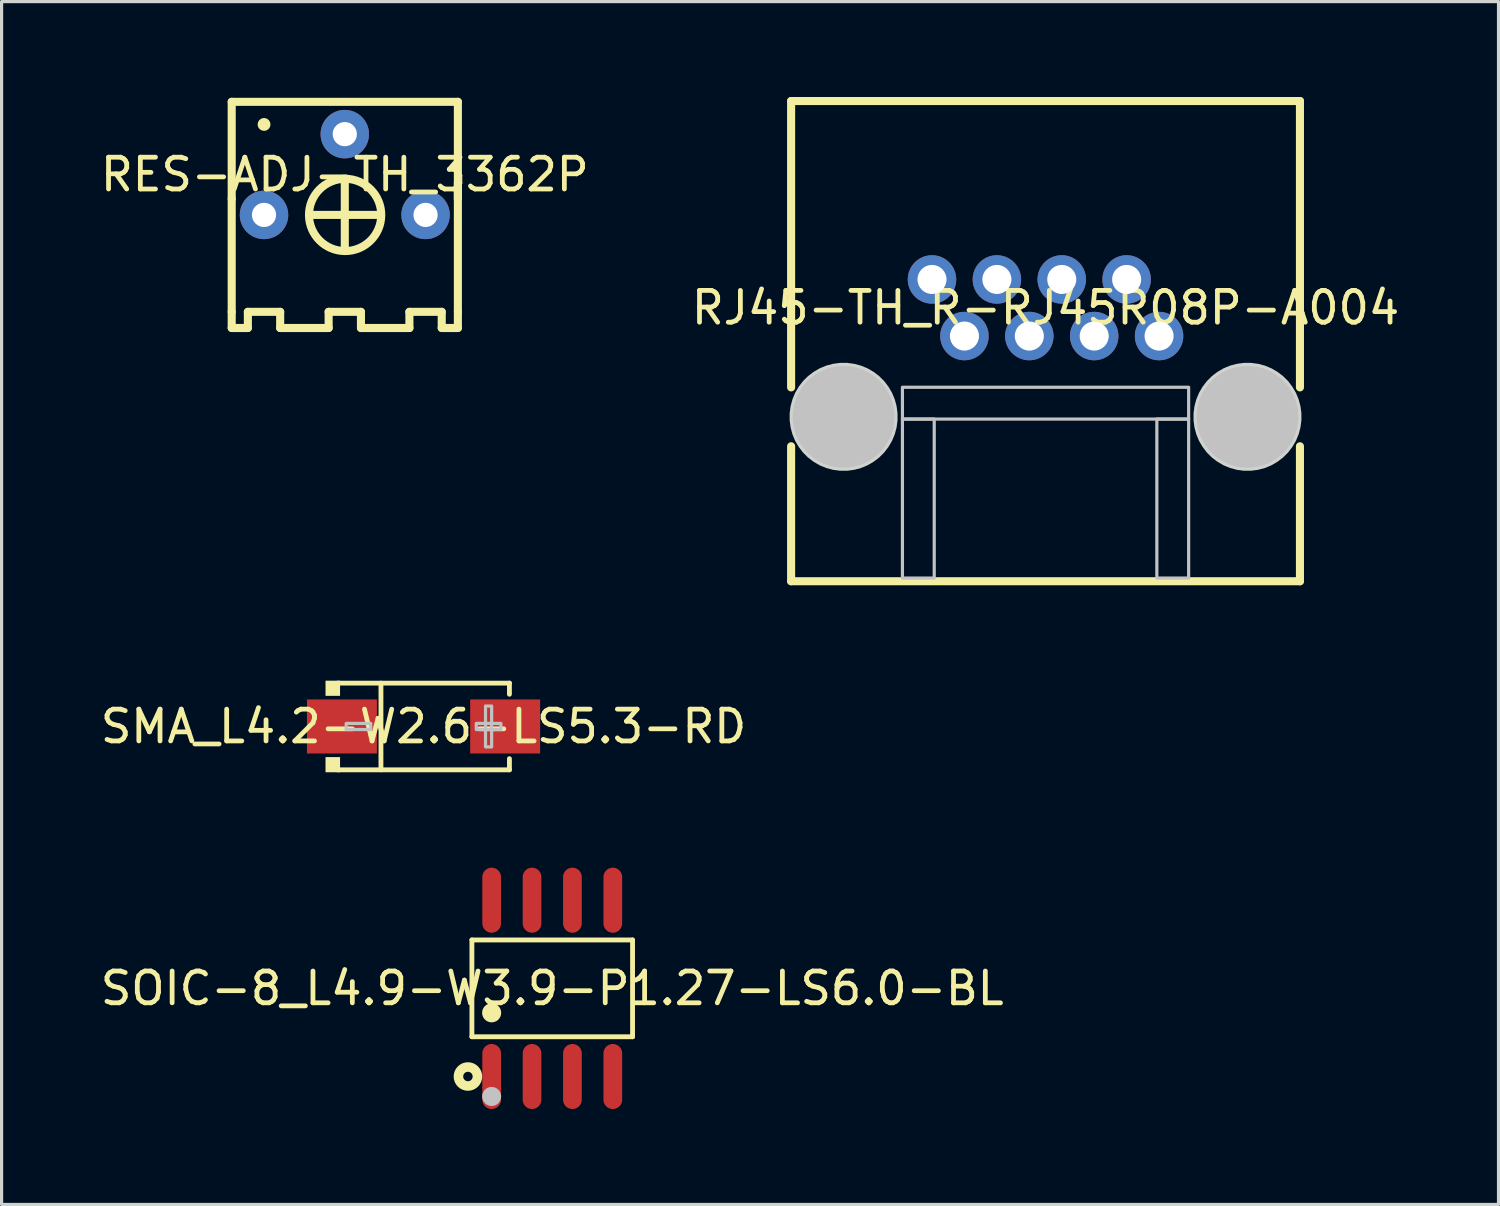
<source format=kicad_pcb>
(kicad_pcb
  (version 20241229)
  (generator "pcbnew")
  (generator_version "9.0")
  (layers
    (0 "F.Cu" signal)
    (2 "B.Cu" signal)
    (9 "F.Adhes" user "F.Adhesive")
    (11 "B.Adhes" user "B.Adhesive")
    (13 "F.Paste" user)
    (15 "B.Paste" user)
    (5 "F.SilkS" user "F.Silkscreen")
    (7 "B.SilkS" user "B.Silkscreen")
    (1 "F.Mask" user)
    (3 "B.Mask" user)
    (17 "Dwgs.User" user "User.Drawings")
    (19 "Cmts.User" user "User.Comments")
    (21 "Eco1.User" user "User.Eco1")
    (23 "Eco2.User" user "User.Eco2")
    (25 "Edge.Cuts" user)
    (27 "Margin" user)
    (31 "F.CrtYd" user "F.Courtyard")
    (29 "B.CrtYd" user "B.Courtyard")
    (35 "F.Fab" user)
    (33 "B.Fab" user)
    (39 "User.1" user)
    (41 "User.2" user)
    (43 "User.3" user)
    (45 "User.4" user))
  (footprint "RJ45-TH_R-RJ45R08P-A004"
    (layer "F.Cu")
    (at 29.827 6.627)
    (property "Reference" "RJ45-TH_R-RJ45R08P-A004" (at 0 0 0) (layer "F.SilkS") (effects (font (size 1 1) (thickness 0.15))))
    (fp_line (start -8 -6.5) (end 8 -6.5) (stroke (width 0.254) (type default)) (layer "F.SilkS"))
    (fp_line (start -8 2.505) (end -8 -6.5) (stroke (width 0.254) (type default)) (layer "F.SilkS"))
    (fp_line (start -8 8.6) (end -8 4.356) (stroke (width 0.254) (type default)) (layer "F.SilkS"))
    (fp_line (start 8 -6.5) (end 8 2.505) (stroke (width 0.254) (type default)) (layer "F.SilkS"))
    (fp_line (start 8 4.356) (end 8 8.6) (stroke (width 0.254) (type default)) (layer "F.SilkS"))
    (fp_line (start 8 8.6) (end -8 8.6) (stroke (width 0.254) (type default)) (layer "F.SilkS"))
    (fp_circle (center -6.35 3.43) (end -5.55 3.43) (stroke (width 1.6) (type default)) (fill no) (layer "Dwgs.User"))
    (fp_circle (center 6.35 3.43) (end 7.15 3.43) (stroke (width 1.6) (type default)) (fill no) (layer "Dwgs.User"))
    (fp_poly (pts (xy -4.5 3.5) (xy -4.5 2.5) (xy 4.5 2.5) (xy 4.5 3.5)) (stroke (width 0.1) (type default)) (fill no) (layer "Dwgs.User"))
    (fp_poly (pts (xy -4.5 8.5) (xy -4.5 3.5) (xy -3.5 3.5) (xy -3.5 8.5)) (stroke (width 0.1) (type default)) (fill no) (layer "Dwgs.User"))
    (fp_poly (pts (xy 4.5 8.5) (xy 4.5 3.5) (xy 3.5 3.5) (xy 3.5 8.5)) (stroke (width 0.1) (type default)) (fill no) (layer "Dwgs.User"))
    (fp_poly (pts (xy -4.654 3.319) (xy -4.683 3.098) (xy -4.74 2.884) (xy -4.825 2.678) (xy -4.937 2.486) (xy -5.072 2.309) (xy -5.229 2.152) (xy -5.406 2.017) (xy -5.598 1.905) (xy -5.804 1.82) (xy -6.018 1.763) (xy -6.239 1.734) (xy -6.461 1.734) (xy -6.682 1.763) (xy -6.896 1.82) (xy -7.102 1.905) (xy -7.294 2.017) (xy -7.471 2.152) (xy -7.628 2.309) (xy -7.763 2.486) (xy -7.875 2.678) (xy -7.96 2.884) (xy -8.017 3.098) (xy -8.046 3.319) (xy -8.046 3.541) (xy -8.017 3.762) (xy -7.96 3.976) (xy -7.875 4.182) (xy -7.763 4.374) (xy -7.628 4.551) (xy -7.471 4.708) (xy -7.294 4.843) (xy -7.102 4.955) (xy -6.896 5.04) (xy -6.682 5.097) (xy -6.461 5.126) (xy -6.239 5.126) (xy -6.018 5.097) (xy -5.804 5.04) (xy -5.598 4.955) (xy -5.406 4.843) (xy -5.229 4.708) (xy -5.072 4.551) (xy -4.937 4.374) (xy -4.825 4.182) (xy -4.74 3.976) (xy -4.683 3.762) (xy -4.654 3.541)) (stroke (width 0) (type default)) (fill yes) (layer "Edge.Cuts"))
    (fp_poly (pts (xy 8.046 3.319) (xy 8.017 3.098) (xy 7.96 2.884) (xy 7.875 2.678) (xy 7.763 2.486) (xy 7.628 2.309) (xy 7.471 2.152) (xy 7.294 2.017) (xy 7.102 1.905) (xy 6.896 1.82) (xy 6.682 1.763) (xy 6.461 1.734) (xy 6.239 1.734) (xy 6.018 1.763) (xy 5.804 1.82) (xy 5.598 1.905) (xy 5.406 2.017) (xy 5.229 2.152) (xy 5.072 2.309) (xy 4.937 2.486) (xy 4.825 2.678) (xy 4.74 2.884) (xy 4.683 3.098) (xy 4.654 3.319) (xy 4.654 3.541) (xy 4.683 3.762) (xy 4.74 3.976) (xy 4.825 4.182) (xy 4.937 4.374) (xy 5.072 4.551) (xy 5.229 4.708) (xy 5.406 4.843) (xy 5.598 4.955) (xy 5.804 5.04) (xy 6.018 5.097) (xy 6.239 5.126) (xy 6.461 5.126) (xy 6.682 5.097) (xy 6.896 5.04) (xy 7.102 4.955) (xy 7.294 4.843) (xy 7.471 4.708) (xy 7.628 4.551) (xy 7.763 4.374) (xy 7.875 4.182) (xy 7.96 3.976) (xy 8.017 3.762) (xy 8.046 3.541)) (stroke (width 0) (type default)) (fill yes) (layer "Edge.Cuts"))
    (fp_poly (pts (xy -3.325 -0.939) (xy -3.362 -1.029) (xy -3.431 -1.098) (xy -3.521 -1.135) (xy -3.619 -1.135) (xy -3.709 -1.098) (xy -3.778 -1.029) (xy -3.815 -0.939) (xy -3.815 -0.841) (xy -3.778 -0.751) (xy -3.709 -0.682) (xy -3.619 -0.645) (xy -3.521 -0.645) (xy -3.431 -0.682) (xy -3.362 -0.751) (xy -3.325 -0.841)) (stroke (width 0.1) (type default)) (fill no) (layer "User.1"))
    (fp_poly (pts (xy -2.305 0.841) (xy -2.342 0.751) (xy -2.411 0.682) (xy -2.501 0.645) (xy -2.599 0.645) (xy -2.689 0.682) (xy -2.758 0.751) (xy -2.795 0.841) (xy -2.795 0.939) (xy -2.758 1.029) (xy -2.689 1.098) (xy -2.599 1.135) (xy -2.501 1.135) (xy -2.411 1.098) (xy -2.342 1.029) (xy -2.305 0.939)) (stroke (width 0.1) (type default)) (fill no) (layer "User.1"))
    (fp_poly (pts (xy -1.285 -0.939) (xy -1.322 -1.029) (xy -1.391 -1.098) (xy -1.481 -1.135) (xy -1.579 -1.135) (xy -1.669 -1.098) (xy -1.738 -1.029) (xy -1.775 -0.939) (xy -1.775 -0.841) (xy -1.738 -0.751) (xy -1.669 -0.682) (xy -1.579 -0.645) (xy -1.481 -0.645) (xy -1.391 -0.682) (xy -1.322 -0.751) (xy -1.285 -0.841)) (stroke (width 0.1) (type default)) (fill no) (layer "User.1"))
    (fp_poly (pts (xy -0.265 0.841) (xy -0.302 0.751) (xy -0.371 0.682) (xy -0.461 0.645) (xy -0.559 0.645) (xy -0.649 0.682) (xy -0.718 0.751) (xy -0.755 0.841) (xy -0.755 0.939) (xy -0.718 1.029) (xy -0.649 1.098) (xy -0.559 1.135) (xy -0.461 1.135) (xy -0.371 1.098) (xy -0.302 1.029) (xy -0.265 0.939)) (stroke (width 0.1) (type default)) (fill no) (layer "User.1"))
    (fp_poly (pts (xy 0.755 -0.939) (xy 0.718 -1.029) (xy 0.649 -1.098) (xy 0.559 -1.135) (xy 0.461 -1.135) (xy 0.371 -1.098) (xy 0.302 -1.029) (xy 0.265 -0.939) (xy 0.265 -0.841) (xy 0.302 -0.751) (xy 0.371 -0.682) (xy 0.461 -0.645) (xy 0.559 -0.645) (xy 0.649 -0.682) (xy 0.718 -0.751) (xy 0.755 -0.841)) (stroke (width 0.1) (type default)) (fill no) (layer "User.1"))
    (fp_poly (pts (xy 1.775 0.841) (xy 1.738 0.751) (xy 1.669 0.682) (xy 1.579 0.645) (xy 1.481 0.645) (xy 1.391 0.682) (xy 1.322 0.751) (xy 1.285 0.841) (xy 1.285 0.939) (xy 1.322 1.029) (xy 1.391 1.098) (xy 1.481 1.135) (xy 1.579 1.135) (xy 1.669 1.098) (xy 1.738 1.029) (xy 1.775 0.939)) (stroke (width 0.1) (type default)) (fill no) (layer "User.1"))
    (fp_poly (pts (xy 2.795 -0.939) (xy 2.758 -1.029) (xy 2.689 -1.098) (xy 2.599 -1.135) (xy 2.501 -1.135) (xy 2.411 -1.098) (xy 2.342 -1.029) (xy 2.305 -0.939) (xy 2.305 -0.841) (xy 2.342 -0.751) (xy 2.411 -0.682) (xy 2.501 -0.645) (xy 2.599 -0.645) (xy 2.689 -0.682) (xy 2.758 -0.751) (xy 2.795 -0.841)) (stroke (width 0.1) (type default)) (fill no) (layer "User.1"))
    (fp_poly (pts (xy 3.815 0.841) (xy 3.778 0.751) (xy 3.709 0.682) (xy 3.619 0.645) (xy 3.521 0.645) (xy 3.431 0.682) (xy 3.362 0.751) (xy 3.325 0.841) (xy 3.325 0.939) (xy 3.362 1.029) (xy 3.431 1.098) (xy 3.521 1.135) (xy 3.619 1.135) (xy 3.709 1.098) (xy 3.778 1.029) (xy 3.815 0.939)) (stroke (width 0.1) (type default)) (fill no) (layer "User.1"))
    (fp_line (start -8 -6.534) (end 8 -6.534) (stroke (width 0.051) (type default)) (layer "User.2"))
    (fp_line (start -8 8.617) (end -8 -6.534) (stroke (width 0.051) (type default)) (layer "User.2"))
    (fp_line (start 8 -6.534) (end 8 8.617) (stroke (width 0.051) (type default)) (layer "User.2"))
    (fp_line (start 8 8.617) (end -8 8.617) (stroke (width 0.051) (type default)) (layer "User.2"))
    (fp_poly (pts (xy 8.055 8.594) (xy 8.023 8.561) (xy 7.977 8.561) (xy 7.945 8.594) (xy 7.945 8.639) (xy 7.977 8.672) (xy 8.023 8.672) (xy 8.055 8.639)) (stroke (width 0.1) (type default)) (fill no) (layer "User.3"))
    (pad "1" thru_hole circle (at 3.57 0.89) (size 1.524 1.524) (drill 0.914) (layers "*.Cu" "*.Mask"))
    (pad "2" thru_hole circle (at 2.55 -0.89) (size 1.524 1.524) (drill 0.914) (layers "*.Cu" "*.Mask"))
    (pad "3" thru_hole circle (at 1.53 0.89) (size 1.524 1.524) (drill 0.914) (layers "*.Cu" "*.Mask"))
    (pad "4" thru_hole circle (at 0.51 -0.89) (size 1.524 1.524) (drill 0.914) (layers "*.Cu" "*.Mask"))
    (pad "5" thru_hole circle (at -0.51 0.89) (size 1.524 1.524) (drill 0.914) (layers "*.Cu" "*.Mask"))
    (pad "6" thru_hole circle (at -1.53 -0.89) (size 1.524 1.524) (drill 0.914) (layers "*.Cu" "*.Mask"))
    (pad "7" thru_hole circle (at -2.55 0.89) (size 1.524 1.524) (drill 0.914) (layers "*.Cu" "*.Mask"))
    (pad "8" thru_hole circle (at -3.57 -0.89) (size 1.524 1.524) (drill 0.914) (layers "*.Cu" "*.Mask")))
  (footprint "RES-ADJ-TH_3362P"
    (layer "F.Cu")
    (at 7.792 2.438)
    (property "Reference" "RES-ADJ-TH_3362P" (at 0 0 0) (layer "F.SilkS") (effects (font (size 1 1) (thickness 0.15))))
    (fp_line (start -3.556 -2.286) (end 3.556 -2.286) (stroke (width 0.254) (type default)) (layer "F.SilkS"))
    (fp_line (start -3.556 0.762) (end -3.556 -2.286) (stroke (width 0.254) (type default)) (layer "F.SilkS"))
    (fp_line (start -3.556 4.318) (end -3.556 0.762) (stroke (width 0.254) (type default)) (layer "F.SilkS"))
    (fp_line (start -3.556 4.826) (end -3.556 4.318) (stroke (width 0.254) (type default)) (layer "F.SilkS"))
    (fp_line (start -3.048 4.318) (end -3.048 4.826) (stroke (width 0.254) (type default)) (layer "F.SilkS"))
    (fp_line (start -3.048 4.826) (end -3.556 4.826) (stroke (width 0.254) (type default)) (layer "F.SilkS"))
    (fp_line (start -2.032 4.318) (end -3.048 4.318) (stroke (width 0.254) (type default)) (layer "F.SilkS"))
    (fp_line (start -2.032 4.826) (end -2.032 4.318) (stroke (width 0.254) (type default)) (layer "F.SilkS"))
    (fp_line (start -0.508 4.318) (end -0.508 4.826) (stroke (width 0.254) (type default)) (layer "F.SilkS"))
    (fp_line (start -0.508 4.826) (end -2.032 4.826) (stroke (width 0.254) (type default)) (layer "F.SilkS"))
    (fp_line (start 0 2.286) (end 0 0.254) (stroke (width 0.254) (type default)) (layer "F.SilkS"))
    (fp_line (start 0.508 4.318) (end -0.508 4.318) (stroke (width 0.254) (type default)) (layer "F.SilkS"))
    (fp_line (start 0.508 4.826) (end 0.508 4.318) (stroke (width 0.254) (type default)) (layer "F.SilkS"))
    (fp_line (start 1.016 1.27) (end -1.016 1.27) (stroke (width 0.254) (type default)) (layer "F.SilkS"))
    (fp_line (start 2.032 4.318) (end 2.032 4.826) (stroke (width 0.254) (type default)) (layer "F.SilkS"))
    (fp_line (start 2.032 4.826) (end 0.508 4.826) (stroke (width 0.254) (type default)) (layer "F.SilkS"))
    (fp_line (start 3.048 4.318) (end 2.032 4.318) (stroke (width 0.254) (type default)) (layer "F.SilkS"))
    (fp_line (start 3.048 4.826) (end 3.048 4.318) (stroke (width 0.254) (type default)) (layer "F.SilkS"))
    (fp_line (start 3.556 -2.286) (end 3.556 0.762) (stroke (width 0.254) (type default)) (layer "F.SilkS"))
    (fp_line (start 3.556 0.254) (end 3.556 4.318) (stroke (width 0.254) (type default)) (layer "F.SilkS"))
    (fp_line (start 3.556 4.318) (end 3.556 4.826) (stroke (width 0.254) (type default)) (layer "F.SilkS"))
    (fp_line (start 3.556 4.826) (end 3.048 4.826) (stroke (width 0.254) (type default)) (layer "F.SilkS"))
    (fp_arc (start -2.5375 -1.651) (mid -2.53825 -1.498994) (end -2.54 -1.651) (stroke (width 0.254) (type default)) (layer "F.SilkS"))
    (fp_arc (start 0.0205 0.1345) (mid 0.00975 2.406548) (end 0 0.1345) (stroke (width 0.254) (type default)) (layer "F.SilkS"))
    (fp_poly (pts (xy -2.261 1.233) (xy -2.28 1.162) (xy -2.317 1.099) (xy -2.369 1.047) (xy -2.432 1.01) (xy -2.503 0.991) (xy -2.577 0.991) (xy -2.648 1.01) (xy -2.711 1.047) (xy -2.763 1.099) (xy -2.8 1.162) (xy -2.819 1.233) (xy -2.819 1.307) (xy -2.8 1.378) (xy -2.763 1.441) (xy -2.711 1.493) (xy -2.648 1.53) (xy -2.577 1.549) (xy -2.503 1.549) (xy -2.432 1.53) (xy -2.369 1.493) (xy -2.317 1.441) (xy -2.28 1.378) (xy -2.261 1.307)) (stroke (width 0.1) (type default)) (fill no) (layer "User.1"))
    (fp_poly (pts (xy 0.279 -1.307) (xy 0.26 -1.378) (xy 0.223 -1.441) (xy 0.171 -1.493) (xy 0.108 -1.53) (xy 0.037 -1.549) (xy -0.037 -1.549) (xy -0.108 -1.53) (xy -0.171 -1.493) (xy -0.223 -1.441) (xy -0.26 -1.378) (xy -0.279 -1.307) (xy -0.279 -1.233) (xy -0.26 -1.162) (xy -0.223 -1.099) (xy -0.171 -1.047) (xy -0.108 -1.01) (xy -0.037 -0.991) (xy 0.037 -0.991) (xy 0.108 -1.01) (xy 0.171 -1.047) (xy 0.223 -1.099) (xy 0.26 -1.162) (xy 0.279 -1.233)) (stroke (width 0.1) (type default)) (fill no) (layer "User.1"))
    (fp_poly (pts (xy 2.819 1.233) (xy 2.8 1.162) (xy 2.763 1.099) (xy 2.711 1.047) (xy 2.648 1.01) (xy 2.577 0.991) (xy 2.503 0.991) (xy 2.432 1.01) (xy 2.369 1.047) (xy 2.317 1.099) (xy 2.28 1.162) (xy 2.261 1.233) (xy 2.261 1.307) (xy 2.28 1.378) (xy 2.317 1.441) (xy 2.369 1.493) (xy 2.432 1.53) (xy 2.503 1.549) (xy 2.577 1.549) (xy 2.648 1.53) (xy 2.711 1.493) (xy 2.763 1.441) (xy 2.8 1.378) (xy 2.819 1.307)) (stroke (width 0.1) (type default)) (fill no) (layer "User.1"))
    (fp_line (start -3.683 -2.413) (end 3.683 -2.413) (stroke (width 0.051) (type default)) (layer "User.2"))
    (fp_line (start -3.683 4.953) (end -3.683 -2.413) (stroke (width 0.051) (type default)) (layer "User.2"))
    (fp_line (start 3.683 -2.413) (end 3.683 4.953) (stroke (width 0.051) (type default)) (layer "User.2"))
    (fp_line (start 3.683 4.953) (end -3.683 4.953) (stroke (width 0.051) (type default)) (layer "User.2"))
    (fp_poly (pts (xy -3.628 4.93) (xy -3.66 4.898) (xy -3.706 4.898) (xy -3.738 4.93) (xy -3.738 4.976) (xy -3.706 5.008) (xy -3.66 5.008) (xy -3.628 4.976)) (stroke (width 0.1) (type default)) (fill no) (layer "User.3"))
    (pad "1" thru_hole circle (at -2.54 1.27) (size 1.524 1.524) (drill 0.762) (layers "*.Cu" "*.Mask"))
    (pad "2" thru_hole circle (at 0 -1.27) (size 1.524 1.524) (drill 0.762) (layers "*.Cu" "*.Mask"))
    (pad "3" thru_hole circle (at 2.54 1.27) (size 1.524 1.524) (drill 0.762) (layers "*.Cu" "*.Mask")))
  (footprint "SMA_L4.2-W2.6-LS5.3-RD"
    (layer "F.Cu")
    (at 10.268 19.794)
    (property "Reference" "SMA_L4.2-W2.6-LS5.3-RD" (at 0 0 0) (layer "F.SilkS") (effects (font (size 1 1) (thickness 0.15))))
    (fp_line (start -2.701 -1.363) (end 2.701 -1.363) (stroke (width 0.152) (type default)) (layer "F.SilkS"))
    (fp_line (start -2.701 1.363) (end 2.701 1.363) (stroke (width 0.152) (type default)) (layer "F.SilkS"))
    (fp_line (start -1.339 -1.363) (end -1.339 1.363) (stroke (width 0.152) (type default)) (layer "F.SilkS"))
    (fp_line (start 2.701 -1.363) (end 2.701 -1.013) (stroke (width 0.152) (type default)) (layer "F.SilkS"))
    (fp_line (start 2.701 1.363) (end 2.701 1.013) (stroke (width 0.152) (type default)) (layer "F.SilkS"))
    (fp_poly (pts (xy -2.625 -1.44) (xy -2.625 -0.963) (xy -3.082 -0.963) (xy -3.082 -1.44)) (stroke (width 0) (type default)) (fill yes) (layer "F.SilkS"))
    (fp_poly (pts (xy -2.625 1.44) (xy -2.625 0.963) (xy -3.082 0.963) (xy -3.082 1.44)) (stroke (width 0) (type default)) (fill yes) (layer "F.SilkS"))
    (fp_poly (pts (xy -2.432 0.097) (xy -2.432 -0.097) (xy -1.659 -0.097) (xy -1.659 0.097)) (stroke (width 0.1) (type default)) (fill no) (layer "Dwgs.User"))
    (fp_poly (pts (xy 2.142 0.643) (xy 2.142 -0.643) (xy 1.949 -0.643) (xy 1.949 0.643)) (stroke (width 0.1) (type default)) (fill no) (layer "Dwgs.User"))
    (fp_poly (pts (xy 2.432 0.097) (xy 2.432 -0.097) (xy 1.659 -0.097) (xy 1.659 0.097)) (stroke (width 0.1) (type default)) (fill no) (layer "Dwgs.User"))
    (fp_poly (pts (xy -2.628 0.725) (xy -2.628 -0.725) (xy -1.488 -0.725) (xy -1.488 0.725)) (stroke (width 0.1) (type default)) (fill no) (layer "User.1"))
    (fp_poly (pts (xy 2.628 -0.725) (xy 2.628 0.725) (xy 1.488 0.725) (xy 1.488 -0.725)) (stroke (width 0.1) (type default)) (fill no) (layer "User.1"))
    (fp_line (start -2.1 -1.3) (end 2.1 -1.3) (stroke (width 0.051) (type default)) (layer "User.2"))
    (fp_line (start -2.1 1.3) (end -2.1 -1.3) (stroke (width 0.051) (type default)) (layer "User.2"))
    (fp_line (start 2.1 -1.3) (end 2.1 1.3) (stroke (width 0.051) (type default)) (layer "User.2"))
    (fp_line (start 2.1 1.3) (end -2.1 1.3) (stroke (width 0.051) (type default)) (layer "User.2"))
    (fp_poly (pts (xy -2.573 1.277) (xy -2.605 1.245) (xy -2.651 1.245) (xy -2.683 1.277) (xy -2.683 1.323) (xy -2.651 1.355) (xy -2.605 1.355) (xy -2.573 1.323)) (stroke (width 0.1) (type default)) (fill no) (layer "User.3"))
    (pad "1" smd rect (at -2.566 0) (size 2.2 1.7) (layers "F.Cu" "F.Mask" "F.Paste"))
    (pad "2" smd rect (at 2.566 0) (size 2.2 1.7) (layers "F.Cu" "F.Mask" "F.Paste")))
  (footprint "SOIC-8_L4.9-W3.9-P1.27-LS6.0-BL"
    (layer "F.Cu")
    (at 14.315 28.029)
    (property "Reference" "SOIC-8_L4.9-W3.9-P1.27-LS6.0-BL" (at 0 0 0) (layer "F.SilkS") (effects (font (size 1 1) (thickness 0.15))))
    (fp_line (start -2.526 -1.522) (end 2.526 -1.522) (stroke (width 0.152) (type default)) (layer "F.SilkS"))
    (fp_line (start -2.526 1.522) (end -2.526 -1.522) (stroke (width 0.152) (type default)) (layer "F.SilkS"))
    (fp_line (start 2.526 -1.522) (end 2.526 1.522) (stroke (width 0.152) (type default)) (layer "F.SilkS"))
    (fp_line (start 2.526 1.522) (end -2.526 1.522) (stroke (width 0.152) (type default)) (layer "F.SilkS"))
    (fp_circle (center -2.651 2.772) (end -2.502 2.772) (stroke (width 0.3) (type default)) (fill no) (layer "F.SilkS"))
    (fp_circle (center -1.905 0.769) (end -1.755 0.769) (stroke (width 0.3) (type default)) (fill no) (layer "F.SilkS"))
    (fp_circle (center -1.905 3.4) (end -1.755 3.4) (stroke (width 0.3) (type default)) (fill no) (layer "Dwgs.User"))
    (fp_poly (pts (xy -2.115 -3) (xy -2.115 -2.165) (xy -1.695 -2.165) (xy -1.695 -3)) (stroke (width 0.1) (type default)) (fill no) (layer "User.1"))
    (fp_poly (pts (xy -2.115 -2.175) (xy -2.115 -1.94) (xy -1.695 -1.94) (xy -1.695 -2.175)) (stroke (width 0.1) (type default)) (fill no) (layer "User.1"))
    (fp_poly (pts (xy -2.115 2.175) (xy -2.115 1.94) (xy -1.695 1.94) (xy -1.695 2.175)) (stroke (width 0.1) (type default)) (fill no) (layer "User.1"))
    (fp_poly (pts (xy -2.115 3) (xy -2.115 2.165) (xy -1.695 2.165) (xy -1.695 3)) (stroke (width 0.1) (type default)) (fill no) (layer "User.1"))
    (fp_poly (pts (xy -0.845 -3) (xy -0.845 -2.165) (xy -0.425 -2.165) (xy -0.425 -3)) (stroke (width 0.1) (type default)) (fill no) (layer "User.1"))
    (fp_poly (pts (xy -0.845 -2.175) (xy -0.845 -1.94) (xy -0.425 -1.94) (xy -0.425 -2.175)) (stroke (width 0.1) (type default)) (fill no) (layer "User.1"))
    (fp_poly (pts (xy -0.845 2.175) (xy -0.845 1.94) (xy -0.425 1.94) (xy -0.425 2.175)) (stroke (width 0.1) (type default)) (fill no) (layer "User.1"))
    (fp_poly (pts (xy -0.845 3) (xy -0.845 2.165) (xy -0.425 2.165) (xy -0.425 3)) (stroke (width 0.1) (type default)) (fill no) (layer "User.1"))
    (fp_poly (pts (xy 0.425 -3) (xy 0.425 -2.165) (xy 0.845 -2.165) (xy 0.845 -3)) (stroke (width 0.1) (type default)) (fill no) (layer "User.1"))
    (fp_poly (pts (xy 0.425 -2.175) (xy 0.425 -1.94) (xy 0.845 -1.94) (xy 0.845 -2.175)) (stroke (width 0.1) (type default)) (fill no) (layer "User.1"))
    (fp_poly (pts (xy 0.425 2.175) (xy 0.425 1.94) (xy 0.845 1.94) (xy 0.845 2.175)) (stroke (width 0.1) (type default)) (fill no) (layer "User.1"))
    (fp_poly (pts (xy 0.425 3) (xy 0.425 2.165) (xy 0.845 2.165) (xy 0.845 3)) (stroke (width 0.1) (type default)) (fill no) (layer "User.1"))
    (fp_poly (pts (xy 1.695 -3) (xy 1.695 -2.165) (xy 2.115 -2.165) (xy 2.115 -3)) (stroke (width 0.1) (type default)) (fill no) (layer "User.1"))
    (fp_poly (pts (xy 1.695 -2.175) (xy 1.695 -1.94) (xy 2.115 -1.94) (xy 2.115 -2.175)) (stroke (width 0.1) (type default)) (fill no) (layer "User.1"))
    (fp_poly (pts (xy 1.695 2.175) (xy 1.695 1.94) (xy 2.115 1.94) (xy 2.115 2.175)) (stroke (width 0.1) (type default)) (fill no) (layer "User.1"))
    (fp_poly (pts (xy 1.695 3) (xy 1.695 2.165) (xy 2.115 2.165) (xy 2.115 3)) (stroke (width 0.1) (type default)) (fill no) (layer "User.1"))
    (fp_line (start -2.45 -1.95) (end 2.45 -1.95) (stroke (width 0.051) (type default)) (layer "User.2"))
    (fp_line (start -2.45 1.95) (end -2.45 -1.95) (stroke (width 0.051) (type default)) (layer "User.2"))
    (fp_line (start 2.45 -1.95) (end 2.45 1.95) (stroke (width 0.051) (type default)) (layer "User.2"))
    (fp_line (start 2.45 1.95) (end -2.45 1.95) (stroke (width 0.051) (type default)) (layer "User.2"))
    (fp_poly (pts (xy -2.395 2.977) (xy -2.427 2.945) (xy -2.473 2.945) (xy -2.505 2.977) (xy -2.505 3.023) (xy -2.473 3.055) (xy -2.427 3.055) (xy -2.395 3.023)) (stroke (width 0.1) (type default)) (fill no) (layer "User.3"))
    (pad "1" smd oval (at -1.905 2.772) (size 0.588 2.045) (layers "F.Cu" "F.Mask" "F.Paste"))
    (pad "2" smd oval (at -0.635 2.772) (size 0.588 2.045) (layers "F.Cu" "F.Mask" "F.Paste"))
    (pad "3" smd oval (at 0.635 2.772) (size 0.588 2.045) (layers "F.Cu" "F.Mask" "F.Paste"))
    (pad "4" smd oval (at 1.905 2.772) (size 0.588 2.045) (layers "F.Cu" "F.Mask" "F.Paste"))
    (pad "5" smd oval (at 1.905 -2.772) (size 0.588 2.045) (layers "F.Cu" "F.Mask" "F.Paste"))
    (pad "6" smd oval (at 0.635 -2.772) (size 0.588 2.045) (layers "F.Cu" "F.Mask" "F.Paste"))
    (pad "7" smd oval (at -0.635 -2.772) (size 0.588 2.045) (layers "F.Cu" "F.Mask" "F.Paste"))
    (pad "8" smd oval (at -1.905 -2.772) (size 0.588 2.045) (layers "F.Cu" "F.Mask" "F.Paste")))
  (gr_rect
    (start -3 -3)
    (end 44.071 34.824)
    (stroke (width 0.1) (type default))
    (fill no)
    (layer "Edge.Cuts")))
</source>
